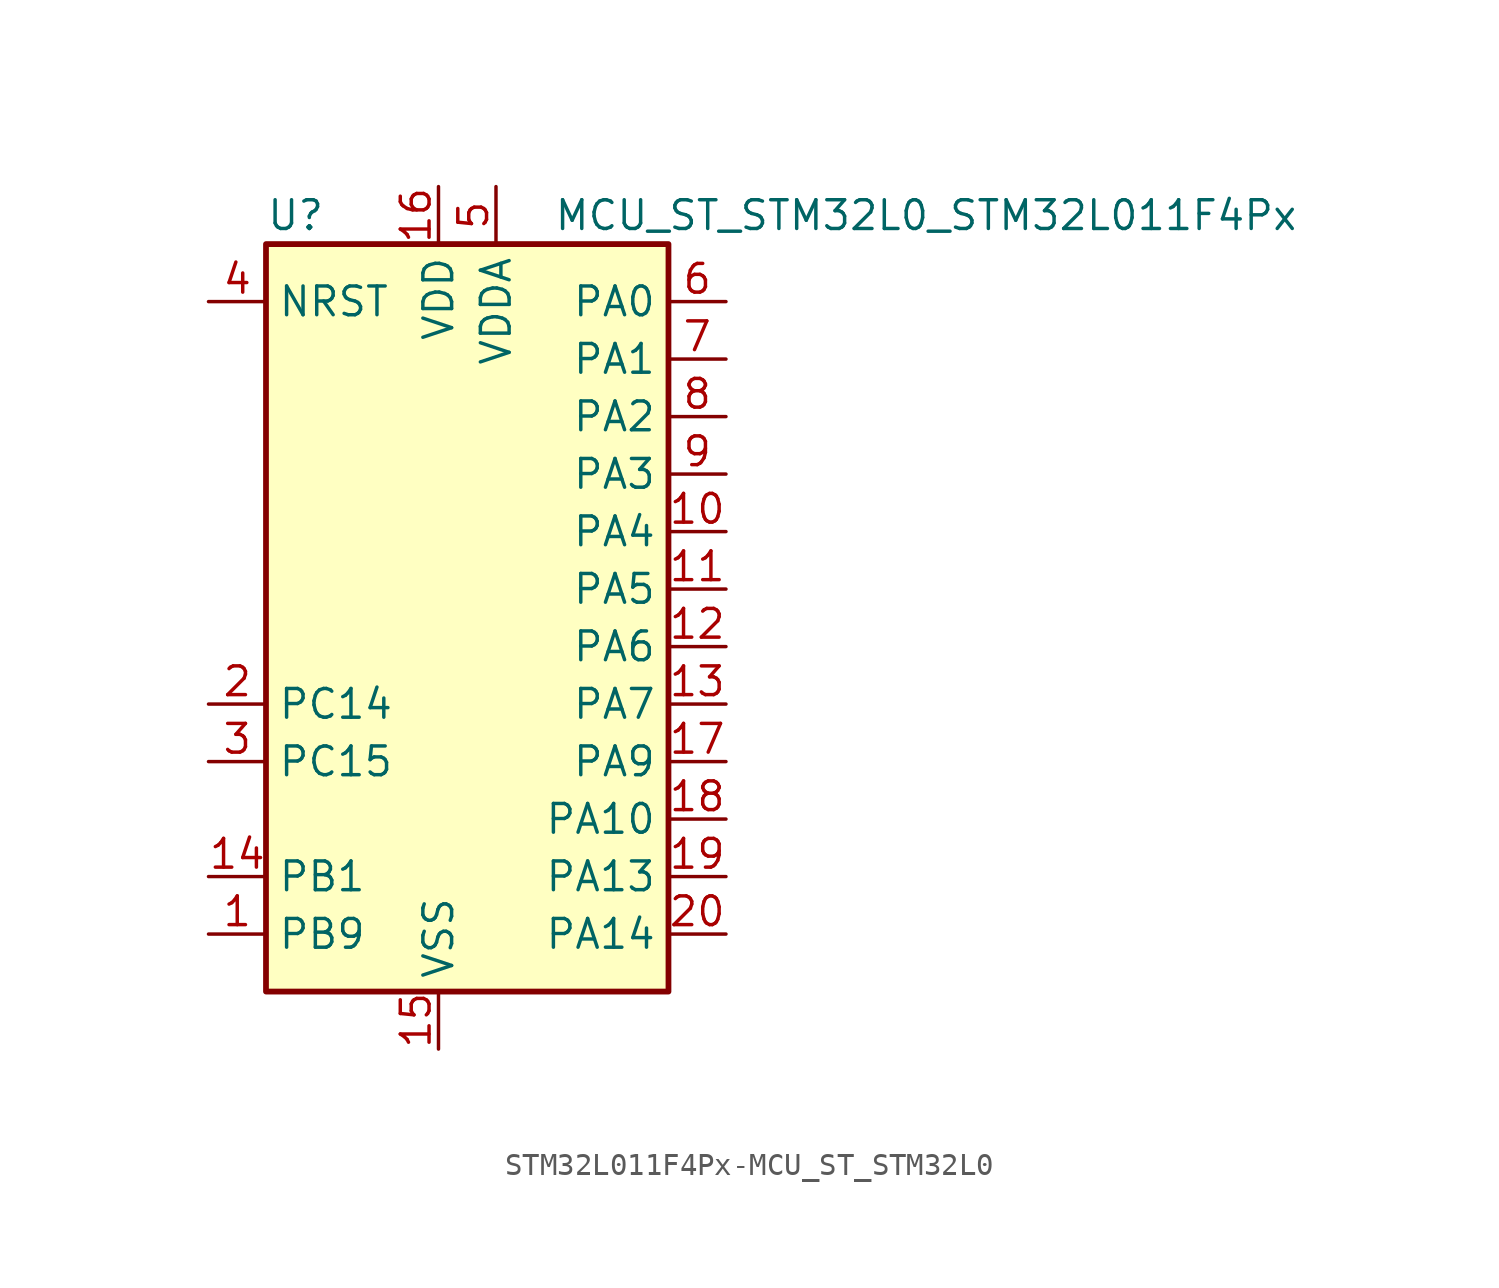
<source format=kicad_sym>
(kicad_symbol_lib
  (version 20220914)
  (generator kicad_symbol_editor)
  (symbol "STM32L011F4Px-MCU_ST_STM32L0"
    (property "Reference" "U"
      (at -10.16 16.51 0)
      (effects (font (size 1.27 1.27)) (justify left)))
    (property "Value" "MCU_ST_STM32L0_STM32L011F4Px"
      (at 2.54 16.51 0)
      (effects (font (size 1.27 1.27)) (justify left)))
    (symbol "STM32L011F4Px-MCU_ST_STM32L0_0_1"
      (rectangle (start -10.16 -17.78) (end 7.62 15.24) (stroke (width 0.254) (type solid)) (fill (type background))))
    (symbol "STM32L011F4Px-MCU_ST_STM32L0_1_1"
      (pin bidirectional line (at -12.7 -15.24 0) (length 2.54) (name "PB9" (effects (font (size 1.27 1.27)))) (number "1" (effects (font (size 1.27 1.27)))))
      (pin bidirectional line (at 10.16 2.54 180) (length 2.54) (name "PA4" (effects (font (size 1.27 1.27)))) (number "10" (effects (font (size 1.27 1.27)))))
      (pin bidirectional line (at 10.16 0 180) (length 2.54) (name "PA5" (effects (font (size 1.27 1.27)))) (number "11" (effects (font (size 1.27 1.27)))))
      (pin bidirectional line (at 10.16 -2.54 180) (length 2.54) (name "PA6" (effects (font (size 1.27 1.27)))) (number "12" (effects (font (size 1.27 1.27)))))
      (pin bidirectional line (at 10.16 -5.08 180) (length 2.54) (name "PA7" (effects (font (size 1.27 1.27)))) (number "13" (effects (font (size 1.27 1.27)))))
      (pin bidirectional line (at -12.7 -12.7 0) (length 2.54) (name "PB1" (effects (font (size 1.27 1.27)))) (number "14" (effects (font (size 1.27 1.27)))))
      (pin power_in line (at -2.54 -20.32 90) (length 2.54) (name "VSS" (effects (font (size 1.27 1.27)))) (number "15" (effects (font (size 1.27 1.27)))))
      (pin power_in line (at -2.54 17.78 270) (length 2.54) (name "VDD" (effects (font (size 1.27 1.27)))) (number "16" (effects (font (size 1.27 1.27)))))
      (pin bidirectional line (at 10.16 -7.62 180) (length 2.54) (name "PA9" (effects (font (size 1.27 1.27)))) (number "17" (effects (font (size 1.27 1.27)))))
      (pin bidirectional line (at 10.16 -10.16 180) (length 2.54) (name "PA10" (effects (font (size 1.27 1.27)))) (number "18" (effects (font (size 1.27 1.27)))))
      (pin bidirectional line (at 10.16 -12.7 180) (length 2.54) (name "PA13" (effects (font (size 1.27 1.27)))) (number "19" (effects (font (size 1.27 1.27)))))
      (pin bidirectional line (at -12.7 -5.08 0) (length 2.54) (name "PC14" (effects (font (size 1.27 1.27)))) (number "2" (effects (font (size 1.27 1.27)))))
      (pin bidirectional line (at 10.16 -15.24 180) (length 2.54) (name "PA14" (effects (font (size 1.27 1.27)))) (number "20" (effects (font (size 1.27 1.27)))))
      (pin bidirectional line (at -12.7 -7.62 0) (length 2.54) (name "PC15" (effects (font (size 1.27 1.27)))) (number "3" (effects (font (size 1.27 1.27)))))
      (pin input line (at -12.7 12.7 0) (length 2.54) (name "NRST" (effects (font (size 1.27 1.27)))) (number "4" (effects (font (size 1.27 1.27)))))
      (pin power_in line (at 0 17.78 270) (length 2.54) (name "VDDA" (effects (font (size 1.27 1.27)))) (number "5" (effects (font (size 1.27 1.27)))))
      (pin bidirectional line (at 10.16 12.7 180) (length 2.54) (name "PA0" (effects (font (size 1.27 1.27)))) (number "6" (effects (font (size 1.27 1.27)))))
      (pin bidirectional line (at 10.16 10.16 180) (length 2.54) (name "PA1" (effects (font (size 1.27 1.27)))) (number "7" (effects (font (size 1.27 1.27)))))
      (pin bidirectional line (at 10.16 7.62 180) (length 2.54) (name "PA2" (effects (font (size 1.27 1.27)))) (number "8" (effects (font (size 1.27 1.27)))))
      (pin bidirectional line (at 10.16 5.08 180) (length 2.54) (name "PA3" (effects (font (size 1.27 1.27)))) (number "9" (effects (font (size 1.27 1.27))))))))
</source>
